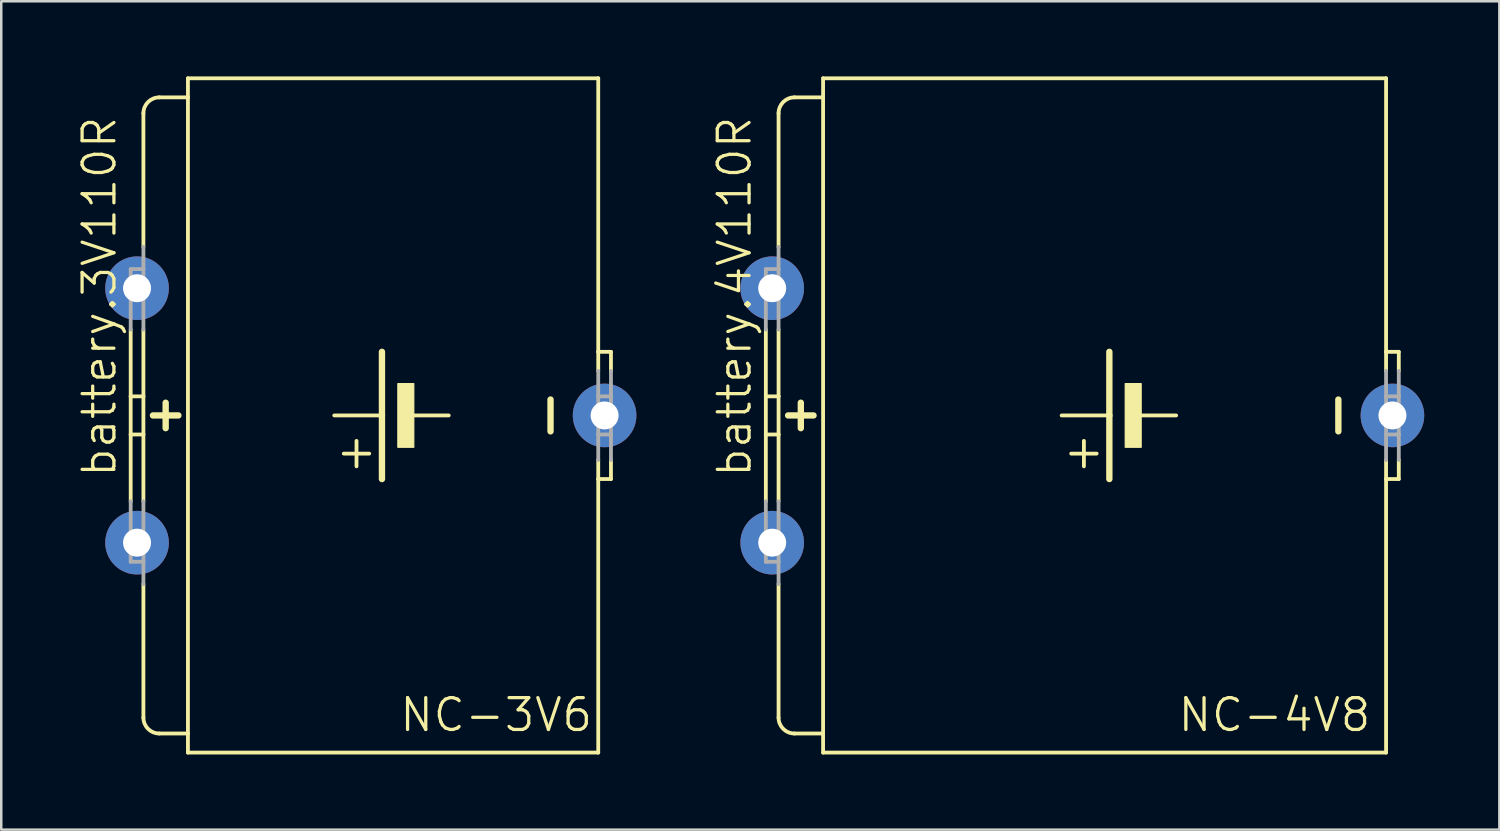
<source format=kicad_pcb>
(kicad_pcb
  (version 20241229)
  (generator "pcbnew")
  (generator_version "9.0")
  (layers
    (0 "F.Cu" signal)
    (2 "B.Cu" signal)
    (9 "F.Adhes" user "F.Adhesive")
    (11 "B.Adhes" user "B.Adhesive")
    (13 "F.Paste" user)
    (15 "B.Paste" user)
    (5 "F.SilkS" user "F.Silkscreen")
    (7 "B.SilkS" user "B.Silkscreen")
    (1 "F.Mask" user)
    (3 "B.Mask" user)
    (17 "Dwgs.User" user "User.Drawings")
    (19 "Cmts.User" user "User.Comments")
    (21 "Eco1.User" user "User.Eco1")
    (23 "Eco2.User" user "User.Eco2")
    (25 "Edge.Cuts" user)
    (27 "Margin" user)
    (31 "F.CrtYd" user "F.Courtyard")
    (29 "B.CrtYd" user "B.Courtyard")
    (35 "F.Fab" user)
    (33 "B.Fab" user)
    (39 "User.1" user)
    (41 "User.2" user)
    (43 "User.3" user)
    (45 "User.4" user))
  (footprint "battery.3V110R"
    (layer "F.Cu")
    (at 12.582 13.538)
    (property "Reference" "battery.3V110R" (at -10.922 2.54 90) (layer "F.SilkS") (effects (font (size 1.27 1.27) (thickness 0.13)) (justify left bottom)))
    (attr through_hole)
    (fp_line (start -10.414 -0.762) (end -10.414 -3.429) (stroke (width 0.152) (type default)) (layer "F.SilkS"))
    (fp_line (start -10.414 0.762) (end -10.414 -0.762) (stroke (width 0.152) (type default)) (layer "F.SilkS"))
    (fp_line (start -10.414 3.429) (end -10.414 0.762) (stroke (width 0.152) (type default)) (layer "F.SilkS"))
    (fp_line (start -9.906 -6.731) (end -9.906 -12.065) (stroke (width 0.152) (type default)) (layer "F.SilkS"))
    (fp_line (start -9.906 -0.762) (end -10.414 -0.762) (stroke (width 0.152) (type default)) (layer "F.SilkS"))
    (fp_line (start -9.906 -0.762) (end -9.906 -3.429) (stroke (width 0.152) (type default)) (layer "F.SilkS"))
    (fp_line (start -9.906 0.762) (end -10.414 0.762) (stroke (width 0.152) (type default)) (layer "F.SilkS"))
    (fp_line (start -9.906 0.762) (end -9.906 -0.762) (stroke (width 0.152) (type default)) (layer "F.SilkS"))
    (fp_line (start -9.906 3.429) (end -9.906 0.762) (stroke (width 0.152) (type default)) (layer "F.SilkS"))
    (fp_line (start -9.906 12.065) (end -9.906 6.731) (stroke (width 0.152) (type default)) (layer "F.SilkS"))
    (fp_line (start -9.525 0) (end -8.509 0) (stroke (width 0.254) (type default)) (layer "F.SilkS"))
    (fp_line (start -9.271 12.7) (end -8.128 12.7) (stroke (width 0.152) (type default)) (layer "F.SilkS"))
    (fp_line (start -9.017 -0.508) (end -9.017 0.508) (stroke (width 0.254) (type default)) (layer "F.SilkS"))
    (fp_line (start -8.128 -13.462) (end -8.128 -12.7) (stroke (width 0.152) (type default)) (layer "F.SilkS"))
    (fp_line (start -8.128 -13.462) (end 8.255 -13.462) (stroke (width 0.152) (type default)) (layer "F.SilkS"))
    (fp_line (start -8.128 -12.7) (end -9.271 -12.7) (stroke (width 0.152) (type default)) (layer "F.SilkS"))
    (fp_line (start -8.128 -12.7) (end -8.128 12.7) (stroke (width 0.152) (type default)) (layer "F.SilkS"))
    (fp_line (start -8.128 12.7) (end -8.128 13.462) (stroke (width 0.152) (type default)) (layer "F.SilkS"))
    (fp_line (start -8.128 13.462) (end 8.255 13.462) (stroke (width 0.152) (type default)) (layer "F.SilkS"))
    (fp_line (start -1.397 2.032) (end -1.397 1.016) (stroke (width 0.152) (type default)) (layer "F.SilkS"))
    (fp_line (start -0.889 1.524) (end -1.905 1.524) (stroke (width 0.152) (type default)) (layer "F.SilkS"))
    (fp_line (start -0.381 0) (end -2.286 0) (stroke (width 0.152) (type default)) (layer "F.SilkS"))
    (fp_line (start -0.381 0) (end -0.381 -2.54) (stroke (width 0.254) (type default)) (layer "F.SilkS"))
    (fp_line (start -0.381 2.54) (end -0.381 0) (stroke (width 0.254) (type default)) (layer "F.SilkS"))
    (fp_line (start 2.286 0) (end 0.889 0) (stroke (width 0.152) (type default)) (layer "F.SilkS"))
    (fp_line (start 6.35 -0.635) (end 6.35 0.635) (stroke (width 0.254) (type default)) (layer "F.SilkS"))
    (fp_line (start 8.255 -2.54) (end 8.255 -13.462) (stroke (width 0.152) (type default)) (layer "F.SilkS"))
    (fp_line (start 8.255 -1.778) (end 8.255 -2.54) (stroke (width 0.152) (type default)) (layer "F.SilkS"))
    (fp_line (start 8.255 2.54) (end 8.255 1.778) (stroke (width 0.152) (type default)) (layer "F.SilkS"))
    (fp_line (start 8.255 13.462) (end 8.255 2.54) (stroke (width 0.152) (type default)) (layer "F.SilkS"))
    (fp_line (start 8.763 -2.54) (end 8.255 -2.54) (stroke (width 0.152) (type default)) (layer "F.SilkS"))
    (fp_line (start 8.763 -1.778) (end 8.763 -2.54) (stroke (width 0.152) (type default)) (layer "F.SilkS"))
    (fp_line (start 8.763 1.778) (end 8.763 2.54) (stroke (width 0.152) (type default)) (layer "F.SilkS"))
    (fp_line (start 8.763 2.54) (end 8.255 2.54) (stroke (width 0.152) (type default)) (layer "F.SilkS"))
    (fp_rect (start 0.254 1.27) (end 0.889 -1.27) (stroke (width 0.05) (type default)) (fill yes) (layer "F.SilkS"))
    (fp_arc (start -9.906 -12.065) (mid -9.720013 -12.514013) (end -9.271 -12.7) (stroke (width 0.1524) (type default)) (layer "F.SilkS"))
    (fp_arc (start -9.271 12.7) (mid -9.720013 12.514013) (end -9.906 12.065) (stroke (width 0.1524) (type default)) (layer "F.SilkS"))
    (fp_line (start -10.414 -3.429) (end -10.414 -5.842) (stroke (width 0.152) (type default)) (layer "F.Fab"))
    (fp_line (start -10.414 5.842) (end -10.414 3.429) (stroke (width 0.152) (type default)) (layer "F.Fab"))
    (fp_line (start -9.906 -5.842) (end -10.414 -5.842) (stroke (width 0.152) (type default)) (layer "F.Fab"))
    (fp_line (start -9.906 -5.842) (end -9.906 -6.731) (stroke (width 0.152) (type default)) (layer "F.Fab"))
    (fp_line (start -9.906 -3.429) (end -9.906 -5.842) (stroke (width 0.152) (type default)) (layer "F.Fab"))
    (fp_line (start -9.906 5.842) (end -10.414 5.842) (stroke (width 0.152) (type default)) (layer "F.Fab"))
    (fp_line (start -9.906 5.842) (end -9.906 3.429) (stroke (width 0.152) (type default)) (layer "F.Fab"))
    (fp_line (start -9.906 6.731) (end -9.906 5.842) (stroke (width 0.152) (type default)) (layer "F.Fab"))
    (fp_line (start 8.255 -0.762) (end 8.255 -1.778) (stroke (width 0.152) (type default)) (layer "F.Fab"))
    (fp_line (start 8.255 0.762) (end 8.255 -0.762) (stroke (width 0.152) (type default)) (layer "F.Fab"))
    (fp_line (start 8.255 1.778) (end 8.255 0.762) (stroke (width 0.152) (type default)) (layer "F.Fab"))
    (fp_line (start 8.763 -0.762) (end 8.255 -0.762) (stroke (width 0.152) (type default)) (layer "F.Fab"))
    (fp_line (start 8.763 -0.762) (end 8.763 -1.778) (stroke (width 0.152) (type default)) (layer "F.Fab"))
    (fp_line (start 8.763 0.762) (end 8.255 0.762) (stroke (width 0.152) (type default)) (layer "F.Fab"))
    (fp_line (start 8.763 0.762) (end 8.763 -0.762) (stroke (width 0.152) (type default)) (layer "F.Fab"))
    (fp_line (start 8.763 1.778) (end 8.763 0.762) (stroke (width 0.152) (type default)) (layer "F.Fab"))
    (fp_text user "NC-3V6" (at 0.254 12.7 0) (layer "F.SilkS") (effects (font (size 1.27 1.27) (thickness 0.13)) (justify left bottom)))
    (pad "+" thru_hole circle (at -10.16 5.08) (size 2.54 2.54) (drill 1.118) (layers "*.Cu" "*.Mask"))
    (pad "+@1" thru_hole circle (at -10.16 -5.08) (size 2.54 2.54) (drill 1.118) (layers "*.Cu" "*.Mask"))
    (pad "-" thru_hole circle (at 8.509 0) (size 2.54 2.54) (drill 1.118) (layers "*.Cu" "*.Mask")))
  (footprint "battery.4V110R"
    (layer "F.Cu")
    (at 40.483 13.538)
    (property "Reference" "battery.4V110R" (at -13.462 2.54 90) (layer "F.SilkS") (effects (font (size 1.27 1.27) (thickness 0.13)) (justify left bottom)))
    (attr through_hole)
    (fp_line (start -12.954 -0.762) (end -12.954 -3.429) (stroke (width 0.152) (type default)) (layer "F.SilkS"))
    (fp_line (start -12.954 0.762) (end -12.954 -0.762) (stroke (width 0.152) (type default)) (layer "F.SilkS"))
    (fp_line (start -12.954 3.429) (end -12.954 0.762) (stroke (width 0.152) (type default)) (layer "F.SilkS"))
    (fp_line (start -12.446 -6.731) (end -12.446 -12.065) (stroke (width 0.152) (type default)) (layer "F.SilkS"))
    (fp_line (start -12.446 -0.762) (end -12.954 -0.762) (stroke (width 0.152) (type default)) (layer "F.SilkS"))
    (fp_line (start -12.446 -0.762) (end -12.446 -3.429) (stroke (width 0.152) (type default)) (layer "F.SilkS"))
    (fp_line (start -12.446 0.762) (end -12.954 0.762) (stroke (width 0.152) (type default)) (layer "F.SilkS"))
    (fp_line (start -12.446 0.762) (end -12.446 -0.762) (stroke (width 0.152) (type default)) (layer "F.SilkS"))
    (fp_line (start -12.446 3.429) (end -12.446 0.762) (stroke (width 0.152) (type default)) (layer "F.SilkS"))
    (fp_line (start -12.446 12.065) (end -12.446 6.731) (stroke (width 0.152) (type default)) (layer "F.SilkS"))
    (fp_line (start -12.065 0) (end -11.049 0) (stroke (width 0.254) (type default)) (layer "F.SilkS"))
    (fp_line (start -11.811 12.7) (end -10.668 12.7) (stroke (width 0.152) (type default)) (layer "F.SilkS"))
    (fp_line (start -11.557 -0.508) (end -11.557 0.508) (stroke (width 0.254) (type default)) (layer "F.SilkS"))
    (fp_line (start -10.668 -13.462) (end -10.668 -12.7) (stroke (width 0.152) (type default)) (layer "F.SilkS"))
    (fp_line (start -10.668 -13.462) (end 11.811 -13.462) (stroke (width 0.152) (type default)) (layer "F.SilkS"))
    (fp_line (start -10.668 -12.7) (end -11.811 -12.7) (stroke (width 0.152) (type default)) (layer "F.SilkS"))
    (fp_line (start -10.668 -12.7) (end -10.668 12.7) (stroke (width 0.152) (type default)) (layer "F.SilkS"))
    (fp_line (start -10.668 12.7) (end -10.668 13.462) (stroke (width 0.152) (type default)) (layer "F.SilkS"))
    (fp_line (start -10.668 13.462) (end 11.811 13.462) (stroke (width 0.152) (type default)) (layer "F.SilkS"))
    (fp_line (start -0.254 2.032) (end -0.254 1.016) (stroke (width 0.152) (type default)) (layer "F.SilkS"))
    (fp_line (start 0.254 1.524) (end -0.762 1.524) (stroke (width 0.152) (type default)) (layer "F.SilkS"))
    (fp_line (start 0.762 0) (end -1.143 0) (stroke (width 0.152) (type default)) (layer "F.SilkS"))
    (fp_line (start 0.762 0) (end 0.762 -2.54) (stroke (width 0.254) (type default)) (layer "F.SilkS"))
    (fp_line (start 0.762 2.54) (end 0.762 0) (stroke (width 0.254) (type default)) (layer "F.SilkS"))
    (fp_line (start 3.429 0) (end 2.032 0) (stroke (width 0.152) (type default)) (layer "F.SilkS"))
    (fp_line (start 9.906 -0.635) (end 9.906 0.635) (stroke (width 0.254) (type default)) (layer "F.SilkS"))
    (fp_line (start 11.811 -2.54) (end 11.811 -13.462) (stroke (width 0.152) (type default)) (layer "F.SilkS"))
    (fp_line (start 11.811 -1.778) (end 11.811 -2.54) (stroke (width 0.152) (type default)) (layer "F.SilkS"))
    (fp_line (start 11.811 2.54) (end 11.811 1.778) (stroke (width 0.152) (type default)) (layer "F.SilkS"))
    (fp_line (start 11.811 13.462) (end 11.811 2.54) (stroke (width 0.152) (type default)) (layer "F.SilkS"))
    (fp_line (start 12.319 -2.54) (end 11.811 -2.54) (stroke (width 0.152) (type default)) (layer "F.SilkS"))
    (fp_line (start 12.319 -1.778) (end 12.319 -2.54) (stroke (width 0.152) (type default)) (layer "F.SilkS"))
    (fp_line (start 12.319 1.778) (end 12.319 2.54) (stroke (width 0.152) (type default)) (layer "F.SilkS"))
    (fp_line (start 12.319 2.54) (end 11.811 2.54) (stroke (width 0.152) (type default)) (layer "F.SilkS"))
    (fp_rect (start 1.397 1.27) (end 2.032 -1.27) (stroke (width 0.05) (type default)) (fill yes) (layer "F.SilkS"))
    (fp_arc (start -12.446 -12.065) (mid -12.260013 -12.514013) (end -11.811 -12.7) (stroke (width 0.1524) (type default)) (layer "F.SilkS"))
    (fp_arc (start -11.811 12.7) (mid -12.260013 12.514013) (end -12.446 12.065) (stroke (width 0.1524) (type default)) (layer "F.SilkS"))
    (fp_line (start -12.954 -3.429) (end -12.954 -5.842) (stroke (width 0.152) (type default)) (layer "F.Fab"))
    (fp_line (start -12.954 5.842) (end -12.954 3.429) (stroke (width 0.152) (type default)) (layer "F.Fab"))
    (fp_line (start -12.446 -5.842) (end -12.954 -5.842) (stroke (width 0.152) (type default)) (layer "F.Fab"))
    (fp_line (start -12.446 -5.842) (end -12.446 -6.731) (stroke (width 0.152) (type default)) (layer "F.Fab"))
    (fp_line (start -12.446 -3.429) (end -12.446 -5.842) (stroke (width 0.152) (type default)) (layer "F.Fab"))
    (fp_line (start -12.446 5.842) (end -12.954 5.842) (stroke (width 0.152) (type default)) (layer "F.Fab"))
    (fp_line (start -12.446 5.842) (end -12.446 3.429) (stroke (width 0.152) (type default)) (layer "F.Fab"))
    (fp_line (start -12.446 6.731) (end -12.446 5.842) (stroke (width 0.152) (type default)) (layer "F.Fab"))
    (fp_line (start 11.811 -0.762) (end 11.811 -1.778) (stroke (width 0.152) (type default)) (layer "F.Fab"))
    (fp_line (start 11.811 0.762) (end 11.811 -0.762) (stroke (width 0.152) (type default)) (layer "F.Fab"))
    (fp_line (start 11.811 1.778) (end 11.811 0.762) (stroke (width 0.152) (type default)) (layer "F.Fab"))
    (fp_line (start 12.319 -0.762) (end 11.811 -0.762) (stroke (width 0.152) (type default)) (layer "F.Fab"))
    (fp_line (start 12.319 -0.762) (end 12.319 -1.778) (stroke (width 0.152) (type default)) (layer "F.Fab"))
    (fp_line (start 12.319 0.762) (end 11.811 0.762) (stroke (width 0.152) (type default)) (layer "F.Fab"))
    (fp_line (start 12.319 0.762) (end 12.319 -0.762) (stroke (width 0.152) (type default)) (layer "F.Fab"))
    (fp_line (start 12.319 1.778) (end 12.319 0.762) (stroke (width 0.152) (type default)) (layer "F.Fab"))
    (fp_text user "NC-4V8" (at 3.429 12.7 0) (layer "F.SilkS") (effects (font (size 1.27 1.27) (thickness 0.13)) (justify left bottom)))
    (pad "+" thru_hole circle (at -12.7 5.08) (size 2.54 2.54) (drill 1.118) (layers "*.Cu" "*.Mask"))
    (pad "+@1" thru_hole circle (at -12.7 -5.08) (size 2.54 2.54) (drill 1.118) (layers "*.Cu" "*.Mask"))
    (pad "-" thru_hole circle (at 12.065 0) (size 2.54 2.54) (drill 1.118) (layers "*.Cu" "*.Mask")))
  (gr_rect
    (start -3 -3)
    (end 56.818 30.076)
    (stroke (width 0.1) (type default))
    (fill no)
    (layer "Edge.Cuts")))
</source>
